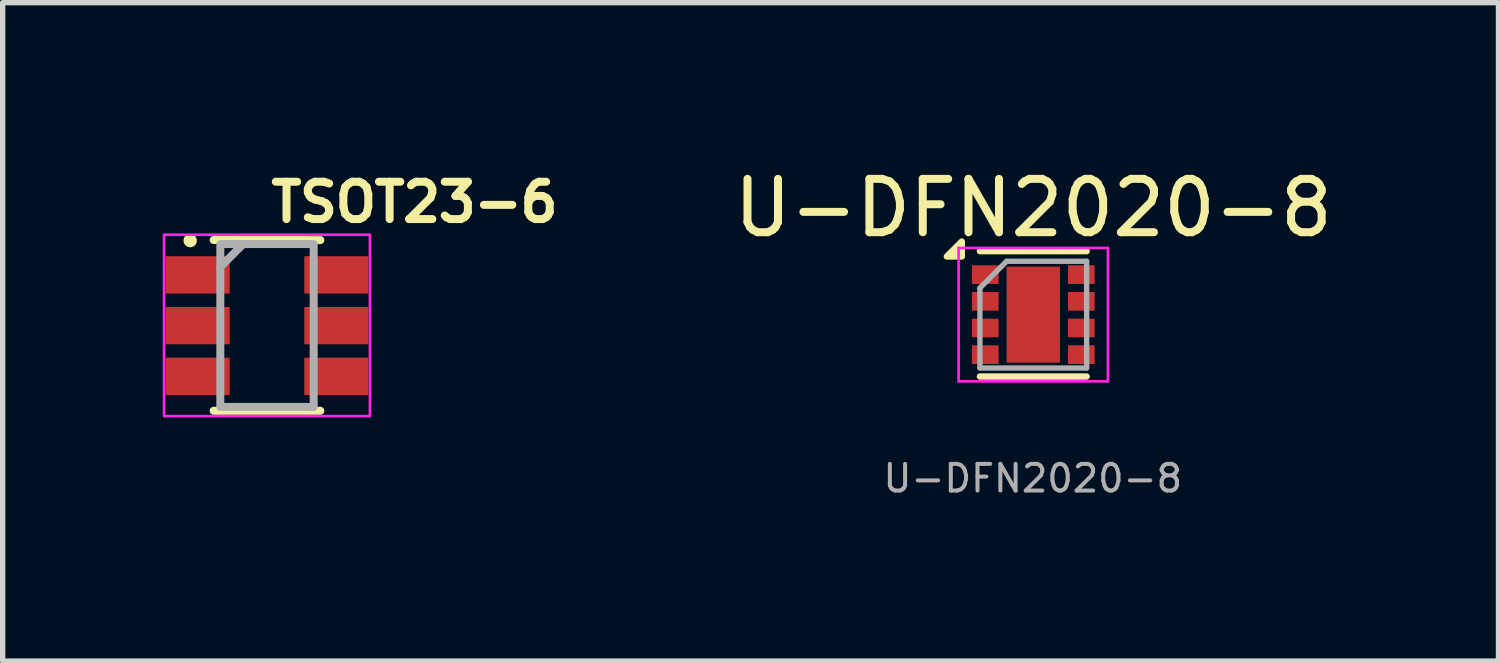
<source format=kicad_pcb>
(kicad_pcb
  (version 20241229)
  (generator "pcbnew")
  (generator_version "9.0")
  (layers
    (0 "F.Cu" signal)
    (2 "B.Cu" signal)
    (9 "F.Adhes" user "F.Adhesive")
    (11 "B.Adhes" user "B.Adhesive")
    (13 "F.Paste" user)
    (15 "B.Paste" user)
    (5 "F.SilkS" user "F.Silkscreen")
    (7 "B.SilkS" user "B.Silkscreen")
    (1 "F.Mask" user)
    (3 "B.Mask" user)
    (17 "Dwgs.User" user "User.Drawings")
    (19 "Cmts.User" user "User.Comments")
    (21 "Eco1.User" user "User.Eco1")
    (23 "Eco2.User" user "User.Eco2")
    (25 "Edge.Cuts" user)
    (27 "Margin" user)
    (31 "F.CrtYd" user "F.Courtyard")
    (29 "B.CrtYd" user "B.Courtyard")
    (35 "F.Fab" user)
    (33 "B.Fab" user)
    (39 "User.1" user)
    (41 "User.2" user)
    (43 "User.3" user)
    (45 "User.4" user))
  (footprint "TSOT23-6"
    (layer "F.Cu")
    (at 1.955 3.05)
    (property "Reference" "TSOT23-6" (at 0 -1.9 0) (layer "F.SilkS") (effects (font (size 0.7 0.7) (thickness 0.15)) (justify left bottom)))
    (attr smd)
    (fp_line (start 1 -1.599) (end -1 -1.601) (stroke (width 0.15) (type solid)) (layer "F.SilkS"))
    (fp_line (start 1 1.6) (end -1 1.6) (stroke (width 0.15) (type solid)) (layer "F.SilkS"))
    (fp_circle (center -1.44 -1.59) (end -1.39 -1.59) (stroke (width 0.15) (type solid)) (fill yes) (layer "F.SilkS"))
    (fp_rect (start 1.93 -1.7) (end -1.93 1.7) (stroke (width 0.05) (type solid)) (fill no) (layer "F.CrtYd"))
    (fp_line (start -0.45 -1.521) (end -0.876 -1.096) (stroke (width 0.15) (type solid)) (layer "F.Fab"))
    (fp_rect (start 0.875 1.528) (end -0.875 -1.525) (stroke (width 0.15) (type solid)) (fill no) (layer "F.Fab"))
    (fp_rect (start 1.23 -1.397) (end -1.23 1.396) (stroke (width 0.15) (type solid)) (fill no) (layer "User.5"))
    (fp_line (start -1.197 -0.724) (end -1.197 -1.182) (stroke (width 0.01) (type solid)) (layer "User.9"))
    (fp_line (start -1.197 0.228) (end -1.197 -0.229) (stroke (width 0.01) (type solid)) (layer "User.9"))
    (fp_line (start -1.197 1.181) (end -1.197 0.723) (stroke (width 0.01) (type solid)) (layer "User.9"))
    (fp_line (start -0.994 -1.182) (end -1.197 -1.182) (stroke (width 0.01) (type solid)) (layer "User.9"))
    (fp_line (start -0.994 -0.724) (end -1.197 -0.724) (stroke (width 0.01) (type solid)) (layer "User.9"))
    (fp_line (start -0.994 -0.229) (end -1.197 -0.229) (stroke (width 0.01) (type solid)) (layer "User.9"))
    (fp_line (start -0.994 0.228) (end -1.197 0.228) (stroke (width 0.01) (type solid)) (layer "User.9"))
    (fp_line (start -0.994 0.723) (end -1.197 0.723) (stroke (width 0.01) (type solid)) (layer "User.9"))
    (fp_line (start -0.994 1.181) (end -1.197 1.181) (stroke (width 0.01) (type solid)) (layer "User.9"))
    (fp_line (start -0.918 -1.182) (end -0.994 -1.182) (stroke (width 0.01) (type solid)) (layer "User.9"))
    (fp_line (start -0.918 -0.724) (end -0.994 -0.724) (stroke (width 0.01) (type solid)) (layer "User.9"))
    (fp_line (start -0.918 -0.724) (end -0.918 -1.182) (stroke (width 0.01) (type solid)) (layer "User.9"))
    (fp_line (start -0.918 -0.229) (end -0.994 -0.229) (stroke (width 0.01) (type solid)) (layer "User.9"))
    (fp_line (start -0.918 0.228) (end -0.994 0.228) (stroke (width 0.01) (type solid)) (layer "User.9"))
    (fp_line (start -0.918 0.228) (end -0.918 -0.229) (stroke (width 0.01) (type solid)) (layer "User.9"))
    (fp_line (start -0.918 0.723) (end -0.994 0.723) (stroke (width 0.01) (type solid)) (layer "User.9"))
    (fp_line (start -0.918 1.181) (end -0.994 1.181) (stroke (width 0.01) (type solid)) (layer "User.9"))
    (fp_line (start -0.918 1.181) (end -0.918 0.723) (stroke (width 0.01) (type solid)) (layer "User.9"))
    (fp_line (start -0.638 -1.182) (end -0.918 -1.182) (stroke (width 0.01) (type solid)) (layer "User.9"))
    (fp_line (start -0.638 -0.724) (end -0.918 -0.724) (stroke (width 0.01) (type solid)) (layer "User.9"))
    (fp_line (start -0.638 -0.229) (end -0.918 -0.229) (stroke (width 0.01) (type solid)) (layer "User.9"))
    (fp_line (start -0.638 0.228) (end -0.918 0.228) (stroke (width 0.01) (type solid)) (layer "User.9"))
    (fp_line (start -0.638 0.723) (end -0.918 0.723) (stroke (width 0.01) (type solid)) (layer "User.9"))
    (fp_line (start -0.638 1.181) (end -0.918 1.181) (stroke (width 0.01) (type solid)) (layer "User.9"))
    (fp_line (start -0.626 -1.397) (end -0.441 -1.213) (stroke (width 0.01) (type solid)) (layer "User.9"))
    (fp_line (start -0.626 -1.397) (end 0.644 -1.397) (stroke (width 0.01) (type solid)) (layer "User.9"))
    (fp_line (start -0.626 -1.182) (end -0.626 -1.397) (stroke (width 0.01) (type solid)) (layer "User.9"))
    (fp_line (start -0.626 -0.229) (end -0.626 -0.724) (stroke (width 0.01) (type solid)) (layer "User.9"))
    (fp_line (start -0.626 0.723) (end -0.626 0.228) (stroke (width 0.01) (type solid)) (layer "User.9"))
    (fp_line (start -0.626 1.396) (end -0.626 1.181) (stroke (width 0.01) (type solid)) (layer "User.9"))
    (fp_line (start -0.626 1.396) (end -0.441 1.212) (stroke (width 0.01) (type solid)) (layer "User.9"))
    (fp_line (start -0.616 -1.182) (end -0.638 -1.182) (stroke (width 0.01) (type solid)) (layer "User.9"))
    (fp_line (start -0.616 -1.182) (end -0.616 -0.724) (stroke (width 0.01) (type solid)) (layer "User.9"))
    (fp_line (start -0.616 -0.724) (end -0.638 -0.724) (stroke (width 0.01) (type solid)) (layer "User.9"))
    (fp_line (start -0.616 -0.229) (end -0.638 -0.229) (stroke (width 0.01) (type solid)) (layer "User.9"))
    (fp_line (start -0.616 -0.229) (end -0.616 0.228) (stroke (width 0.01) (type solid)) (layer "User.9"))
    (fp_line (start -0.616 0.228) (end -0.638 0.228) (stroke (width 0.01) (type solid)) (layer "User.9"))
    (fp_line (start -0.616 0.723) (end -0.638 0.723) (stroke (width 0.01) (type solid)) (layer "User.9"))
    (fp_line (start -0.616 0.723) (end -0.616 1.181) (stroke (width 0.01) (type solid)) (layer "User.9"))
    (fp_line (start -0.616 1.181) (end -0.638 1.181) (stroke (width 0.01) (type solid)) (layer "User.9"))
    (fp_line (start -0.441 -1.213) (end -0.441 1.212) (stroke (width 0.01) (type solid)) (layer "User.9"))
    (fp_line (start -0.441 1.212) (end 0.46 1.212) (stroke (width 0.01) (type solid)) (layer "User.9"))
    (fp_line (start 0.46 -1.213) (end -0.441 -1.213) (stroke (width 0.01) (type solid)) (layer "User.9"))
    (fp_line (start 0.46 -1.213) (end 0.644 -1.397) (stroke (width 0.01) (type solid)) (layer "User.9"))
    (fp_line (start 0.46 1.212) (end 0.46 -1.213) (stroke (width 0.01) (type solid)) (layer "User.9"))
    (fp_line (start 0.46 1.212) (end 0.644 1.396) (stroke (width 0.01) (type solid)) (layer "User.9"))
    (fp_line (start 0.635 -1.182) (end 0.67 -1.182) (stroke (width 0.01) (type solid)) (layer "User.9"))
    (fp_line (start 0.635 -0.724) (end 0.635 -1.182) (stroke (width 0.01) (type solid)) (layer "User.9"))
    (fp_line (start 0.635 -0.724) (end 0.67 -0.724) (stroke (width 0.01) (type solid)) (layer "User.9"))
    (fp_line (start 0.635 -0.229) (end 0.67 -0.229) (stroke (width 0.01) (type solid)) (layer "User.9"))
    (fp_line (start 0.635 0.228) (end 0.635 -0.229) (stroke (width 0.01) (type solid)) (layer "User.9"))
    (fp_line (start 0.635 0.228) (end 0.67 0.228) (stroke (width 0.01) (type solid)) (layer "User.9"))
    (fp_line (start 0.635 0.723) (end 0.67 0.723) (stroke (width 0.01) (type solid)) (layer "User.9"))
    (fp_line (start 0.635 1.181) (end 0.635 0.723) (stroke (width 0.01) (type solid)) (layer "User.9"))
    (fp_line (start 0.635 1.181) (end 0.67 1.181) (stroke (width 0.01) (type solid)) (layer "User.9"))
    (fp_line (start 0.644 -1.397) (end 0.644 -1.182) (stroke (width 0.01) (type solid)) (layer "User.9"))
    (fp_line (start 0.644 -0.724) (end 0.644 -0.229) (stroke (width 0.01) (type solid)) (layer "User.9"))
    (fp_line (start 0.644 0.228) (end 0.644 0.723) (stroke (width 0.01) (type solid)) (layer "User.9"))
    (fp_line (start 0.644 1.181) (end 0.644 1.396) (stroke (width 0.01) (type solid)) (layer "User.9"))
    (fp_line (start 0.644 1.396) (end -0.626 1.396) (stroke (width 0.01) (type solid)) (layer "User.9"))
    (fp_line (start 0.67 -1.182) (end 0.949 -1.182) (stroke (width 0.01) (type solid)) (layer "User.9"))
    (fp_line (start 0.67 -0.724) (end 0.949 -0.724) (stroke (width 0.01) (type solid)) (layer "User.9"))
    (fp_line (start 0.67 -0.229) (end 0.949 -0.229) (stroke (width 0.01) (type solid)) (layer "User.9"))
    (fp_line (start 0.67 0.228) (end 0.949 0.228) (stroke (width 0.01) (type solid)) (layer "User.9"))
    (fp_line (start 0.67 0.723) (end 0.949 0.723) (stroke (width 0.01) (type solid)) (layer "User.9"))
    (fp_line (start 0.67 1.181) (end 0.949 1.181) (stroke (width 0.01) (type solid)) (layer "User.9"))
    (fp_line (start 0.949 -1.182) (end 0.949 -0.724) (stroke (width 0.01) (type solid)) (layer "User.9"))
    (fp_line (start 0.949 -1.182) (end 1.025 -1.182) (stroke (width 0.01) (type solid)) (layer "User.9"))
    (fp_line (start 0.949 -0.724) (end 1.025 -0.724) (stroke (width 0.01) (type solid)) (layer "User.9"))
    (fp_line (start 0.949 -0.229) (end 0.949 0.228) (stroke (width 0.01) (type solid)) (layer "User.9"))
    (fp_line (start 0.949 -0.229) (end 1.025 -0.229) (stroke (width 0.01) (type solid)) (layer "User.9"))
    (fp_line (start 0.949 0.228) (end 1.025 0.228) (stroke (width 0.01) (type solid)) (layer "User.9"))
    (fp_line (start 0.949 0.723) (end 0.949 1.181) (stroke (width 0.01) (type solid)) (layer "User.9"))
    (fp_line (start 0.949 0.723) (end 1.025 0.723) (stroke (width 0.01) (type solid)) (layer "User.9"))
    (fp_line (start 0.949 1.181) (end 1.025 1.181) (stroke (width 0.01) (type solid)) (layer "User.9"))
    (fp_line (start 1.025 -1.182) (end 1.229 -1.182) (stroke (width 0.01) (type solid)) (layer "User.9"))
    (fp_line (start 1.025 -0.724) (end 1.229 -0.724) (stroke (width 0.01) (type solid)) (layer "User.9"))
    (fp_line (start 1.025 -0.229) (end 1.229 -0.229) (stroke (width 0.01) (type solid)) (layer "User.9"))
    (fp_line (start 1.025 0.228) (end 1.229 0.228) (stroke (width 0.01) (type solid)) (layer "User.9"))
    (fp_line (start 1.025 0.723) (end 1.229 0.723) (stroke (width 0.01) (type solid)) (layer "User.9"))
    (fp_line (start 1.025 1.181) (end 1.229 1.181) (stroke (width 0.01) (type solid)) (layer "User.9"))
    (fp_line (start 1.229 -1.182) (end 1.229 -0.724) (stroke (width 0.01) (type solid)) (layer "User.9"))
    (fp_line (start 1.229 -0.229) (end 1.229 0.228) (stroke (width 0.01) (type solid)) (layer "User.9"))
    (fp_line (start 1.229 0.723) (end 1.229 1.181) (stroke (width 0.01) (type solid)) (layer "User.9"))
    (pad "1" smd rect (at -1.301 -0.947 270) (size 0.7 1.2) (layers "F.Cu" "F.Mask" "F.Paste"))
    (pad "2" smd rect (at -1.301 0.004 270) (size 0.7 1.2) (layers "F.Cu" "F.Mask" "F.Paste"))
    (pad "3" smd rect (at -1.301 0.954 270) (size 0.7 1.2) (layers "F.Cu" "F.Mask" "F.Paste"))
    (pad "4" smd rect (at 1.299 0.954 270) (size 0.7 1.2) (layers "F.Cu" "F.Mask" "F.Paste"))
    (pad "5" smd rect (at 1.299 0.004 270) (size 0.7 1.2) (layers "F.Cu" "F.Mask" "F.Paste"))
    (pad "6" smd rect (at 1.299 -0.947 270) (size 0.7 1.2) (layers "F.Cu" "F.Mask" "F.Paste")))
  (footprint "U-DFN2020-8"
    (layer "F.Cu")
    (at 16.319 2.848)
    (property "Reference" "U-DFN2020-8" (at 0 -2 0) (layer "F.SilkS") (effects (font (size 1 1) (thickness 0.15))))
    (attr smd)
    (fp_line (start -1 -1.19) (end 1 -1.19) (stroke (width 0.12) (type solid)) (layer "F.SilkS"))
    (fp_line (start -1 1.16) (end 1 1.16) (stroke (width 0.12) (type solid)) (layer "F.SilkS"))
    (fp_poly (pts (xy -1.34 -1.09) (xy -1.62 -1.09) (xy -1.34 -1.37) (xy -1.34 -1.09)) (stroke (width 0.12) (type solid)) (fill yes) (layer "F.SilkS"))
    (fp_line (start -1.4 -1.25) (end -1.4 1.25) (stroke (width 0.05) (type solid)) (layer "F.CrtYd"))
    (fp_line (start -1.4 -1.25) (end 1.4 -1.25) (stroke (width 0.05) (type solid)) (layer "F.CrtYd"))
    (fp_line (start -1.4 1.25) (end 1.4 1.25) (stroke (width 0.05) (type solid)) (layer "F.CrtYd"))
    (fp_line (start 1.4 -1.25) (end 1.4 1.25) (stroke (width 0.05) (type solid)) (layer "F.CrtYd"))
    (fp_line (start -1 -0.5) (end -0.5 -1) (stroke (width 0.1) (type solid)) (layer "F.Fab"))
    (fp_line (start -1 1) (end -1 -0.5) (stroke (width 0.1) (type solid)) (layer "F.Fab"))
    (fp_line (start -0.5 -1) (end 1 -1) (stroke (width 0.1) (type solid)) (layer "F.Fab"))
    (fp_line (start 1 -1) (end 1 1) (stroke (width 0.1) (type solid)) (layer "F.Fab"))
    (fp_line (start 1 1) (end -1 1) (stroke (width 0.1) (type solid)) (layer "F.Fab"))
    (fp_text user "${REFERENCE}" (at -0.01 3.07 0) (layer "F.Fab") (effects (font (size 0.5 0.5) (thickness 0.075))))
    (pad "" smd rect (at 0 -0.438) (size 0.85 0.65) (layers "F.Paste"))
    (pad "" smd rect (at 0 0.438) (size 0.85 0.65) (layers "F.Paste"))
    (pad "1" smd rect (at -0.9 -0.75) (size 0.5 0.35) (layers "F.Cu" "F.Mask" "F.Paste"))
    (pad "2" smd rect (at -0.9 -0.25) (size 0.5 0.35) (layers "F.Cu" "F.Mask" "F.Paste"))
    (pad "3" smd rect (at -0.9 0.25) (size 0.5 0.35) (layers "F.Cu" "F.Mask" "F.Paste"))
    (pad "4" smd rect (at -0.9 0.75) (size 0.5 0.35) (layers "F.Cu" "F.Mask" "F.Paste"))
    (pad "5" smd rect (at 0.9 0.75) (size 0.5 0.35) (layers "F.Cu" "F.Mask" "F.Paste"))
    (pad "6" smd rect (at 0.9 0.25) (size 0.5 0.35) (layers "F.Cu" "F.Mask" "F.Paste"))
    (pad "7" smd rect (at 0.9 -0.25) (size 0.5 0.35) (layers "F.Cu" "F.Mask" "F.Paste"))
    (pad "8" smd rect (at 0.9 -0.75) (size 0.5 0.35) (layers "F.Cu" "F.Mask" "F.Paste"))
    (pad "9" smd rect (at 0 0) (size 1 1.8) (layers "F.Cu" "F.Mask")))
  (gr_rect
    (start -3 -3)
    (end 25.039 9.342)
    (stroke (width 0.1) (type default))
    (fill no)
    (layer "Edge.Cuts")))
</source>
